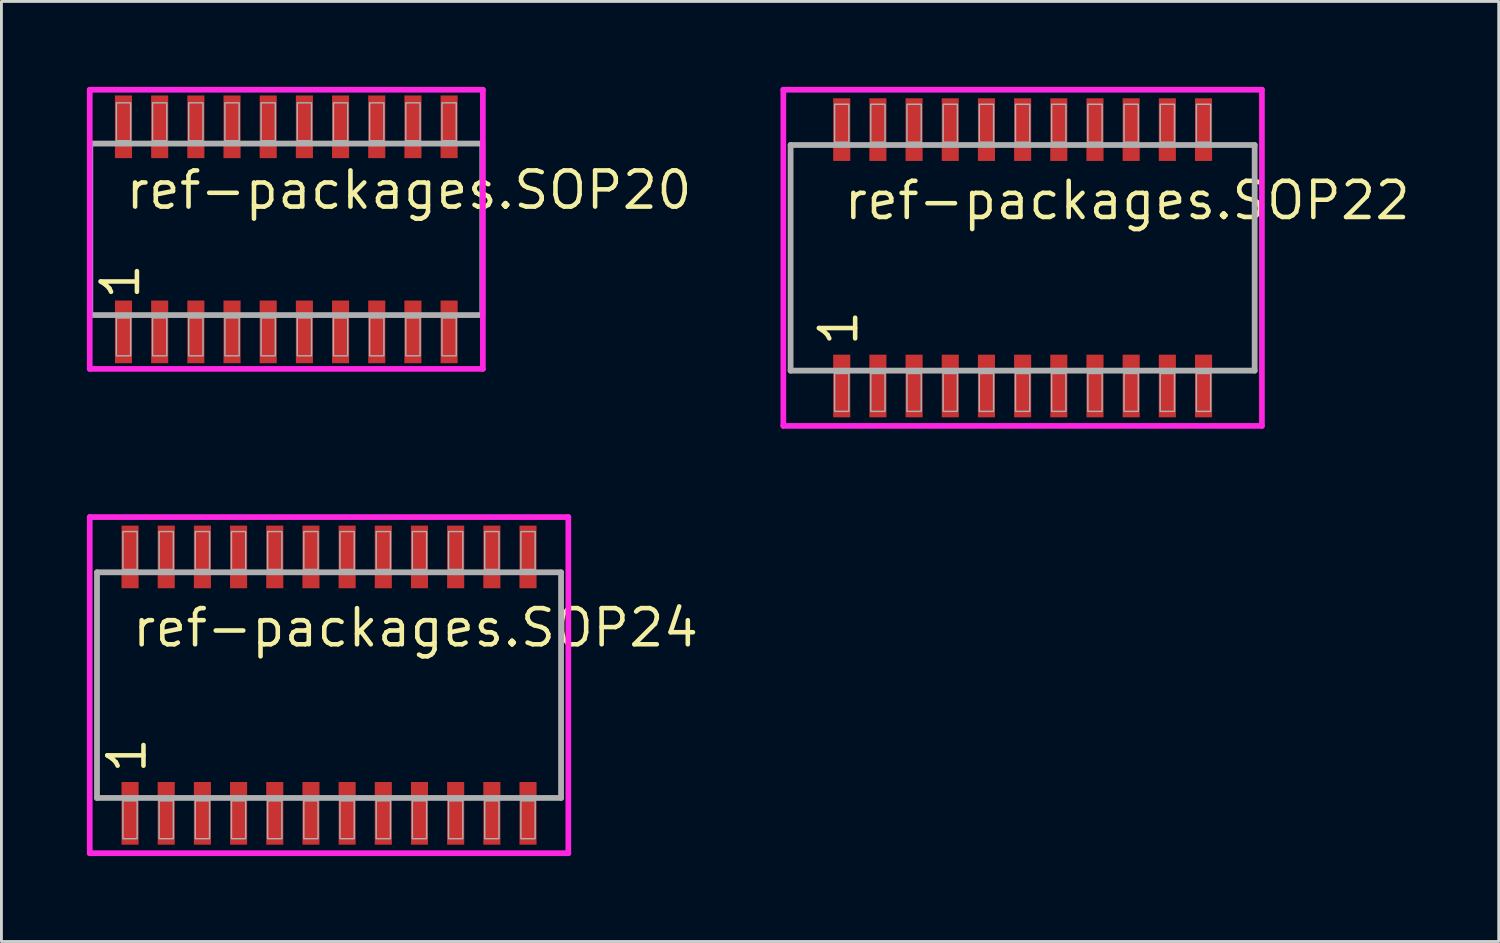
<source format=kicad_pcb>
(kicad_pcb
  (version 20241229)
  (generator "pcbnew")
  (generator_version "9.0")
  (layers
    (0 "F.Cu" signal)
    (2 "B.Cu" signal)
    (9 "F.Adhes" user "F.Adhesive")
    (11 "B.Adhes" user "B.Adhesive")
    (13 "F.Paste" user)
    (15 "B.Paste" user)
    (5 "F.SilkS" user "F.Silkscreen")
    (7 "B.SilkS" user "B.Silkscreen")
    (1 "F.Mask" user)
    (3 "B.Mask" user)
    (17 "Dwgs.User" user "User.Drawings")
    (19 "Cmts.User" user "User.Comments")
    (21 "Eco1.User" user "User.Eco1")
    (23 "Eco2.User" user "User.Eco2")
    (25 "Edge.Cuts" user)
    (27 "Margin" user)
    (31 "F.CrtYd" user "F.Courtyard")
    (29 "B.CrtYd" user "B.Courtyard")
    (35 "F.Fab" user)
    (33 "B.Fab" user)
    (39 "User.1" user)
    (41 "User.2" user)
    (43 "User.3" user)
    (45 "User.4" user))
  (footprint "ref-packages.SOP24"
    (layer "F.Cu")
    (at 8.5 21)
    (property "Reference" "ref-packages.SOP24" (at -6.985 -1.27 0) (layer "F.SilkS") (effects (font (size 1.27 1.27) (thickness 0.16)) (justify left bottom)))
    (attr smd)
    (fp_line (start -8.4 -5.9) (end 8.4 -5.9) (stroke (width 0.2) (type default)) (layer "F.CrtYd"))
    (fp_line (start -8.4 5.9) (end -8.4 -5.9) (stroke (width 0.2) (type default)) (layer "F.CrtYd"))
    (fp_line (start 8.4 -5.9) (end 8.4 5.9) (stroke (width 0.2) (type default)) (layer "F.CrtYd"))
    (fp_line (start 8.4 5.9) (end -8.4 5.9) (stroke (width 0.2) (type default)) (layer "F.CrtYd"))
    (fp_line (start -8.145 -3.96) (end 8.145 -3.96) (stroke (width 0.203) (type default)) (layer "F.Fab"))
    (fp_line (start -8.145 3.96) (end -8.145 -3.96) (stroke (width 0.203) (type default)) (layer "F.Fab"))
    (fp_line (start 8.145 -3.96) (end 8.145 3.96) (stroke (width 0.203) (type default)) (layer "F.Fab"))
    (fp_line (start 8.145 3.96) (end -8.145 3.96) (stroke (width 0.203) (type default)) (layer "F.Fab"))
    (fp_rect (start -7.235 -4.06) (end -6.735 -5.39) (stroke (width 0.05) (type default)) (fill no) (layer "F.Fab"))
    (fp_rect (start -7.235 5.39) (end -6.735 4.06) (stroke (width 0.05) (type default)) (fill no) (layer "F.Fab"))
    (fp_rect (start -5.965 -4.06) (end -5.465 -5.39) (stroke (width 0.05) (type default)) (fill no) (layer "F.Fab"))
    (fp_rect (start -5.965 5.39) (end -5.465 4.06) (stroke (width 0.05) (type default)) (fill no) (layer "F.Fab"))
    (fp_rect (start -4.695 -4.06) (end -4.195 -5.39) (stroke (width 0.05) (type default)) (fill no) (layer "F.Fab"))
    (fp_rect (start -4.695 5.39) (end -4.195 4.06) (stroke (width 0.05) (type default)) (fill no) (layer "F.Fab"))
    (fp_rect (start -3.425 -4.06) (end -2.925 -5.39) (stroke (width 0.05) (type default)) (fill no) (layer "F.Fab"))
    (fp_rect (start -3.425 5.39) (end -2.925 4.06) (stroke (width 0.05) (type default)) (fill no) (layer "F.Fab"))
    (fp_rect (start -2.155 -4.06) (end -1.655 -5.39) (stroke (width 0.05) (type default)) (fill no) (layer "F.Fab"))
    (fp_rect (start -2.155 5.39) (end -1.655 4.06) (stroke (width 0.05) (type default)) (fill no) (layer "F.Fab"))
    (fp_rect (start -0.885 -4.06) (end -0.385 -5.39) (stroke (width 0.05) (type default)) (fill no) (layer "F.Fab"))
    (fp_rect (start -0.885 5.39) (end -0.385 4.06) (stroke (width 0.05) (type default)) (fill no) (layer "F.Fab"))
    (fp_rect (start 0.385 -4.06) (end 0.885 -5.39) (stroke (width 0.05) (type default)) (fill no) (layer "F.Fab"))
    (fp_rect (start 0.385 5.39) (end 0.885 4.06) (stroke (width 0.05) (type default)) (fill no) (layer "F.Fab"))
    (fp_rect (start 1.655 -4.06) (end 2.155 -5.39) (stroke (width 0.05) (type default)) (fill no) (layer "F.Fab"))
    (fp_rect (start 1.655 5.39) (end 2.155 4.06) (stroke (width 0.05) (type default)) (fill no) (layer "F.Fab"))
    (fp_rect (start 2.925 -4.06) (end 3.425 -5.39) (stroke (width 0.05) (type default)) (fill no) (layer "F.Fab"))
    (fp_rect (start 2.925 5.39) (end 3.425 4.06) (stroke (width 0.05) (type default)) (fill no) (layer "F.Fab"))
    (fp_rect (start 4.195 -4.06) (end 4.695 -5.39) (stroke (width 0.05) (type default)) (fill no) (layer "F.Fab"))
    (fp_rect (start 4.195 5.39) (end 4.695 4.06) (stroke (width 0.05) (type default)) (fill no) (layer "F.Fab"))
    (fp_rect (start 5.465 -4.06) (end 5.965 -5.39) (stroke (width 0.05) (type default)) (fill no) (layer "F.Fab"))
    (fp_rect (start 5.465 5.39) (end 5.965 4.06) (stroke (width 0.05) (type default)) (fill no) (layer "F.Fab"))
    (fp_rect (start 6.735 -4.06) (end 7.235 -5.39) (stroke (width 0.05) (type default)) (fill no) (layer "F.Fab"))
    (fp_rect (start 6.735 5.39) (end 7.235 4.06) (stroke (width 0.05) (type default)) (fill no) (layer "F.Fab"))
    (fp_text user "1" (at -6.35 3.175 90) (layer "F.SilkS") (effects (font (size 1.27 1.27) (thickness 0.16)) (justify left bottom)))
    (pad "1" smd roundrect (at -6.985 4.5) (size 0.6 2.2) (layers "F.Cu" "F.Mask" "F.Paste") (roundrect_rratio 0.01))
    (pad "2" smd roundrect (at -5.715 4.5) (size 0.6 2.2) (layers "F.Cu" "F.Mask" "F.Paste") (roundrect_rratio 0.01))
    (pad "3" smd roundrect (at -4.445 4.5) (size 0.6 2.2) (layers "F.Cu" "F.Mask" "F.Paste") (roundrect_rratio 0.01))
    (pad "4" smd roundrect (at -3.175 4.5) (size 0.6 2.2) (layers "F.Cu" "F.Mask" "F.Paste") (roundrect_rratio 0.01))
    (pad "5" smd roundrect (at -1.905 4.5) (size 0.6 2.2) (layers "F.Cu" "F.Mask" "F.Paste") (roundrect_rratio 0.01))
    (pad "6" smd roundrect (at -0.635 4.5) (size 0.6 2.2) (layers "F.Cu" "F.Mask" "F.Paste") (roundrect_rratio 0.01))
    (pad "7" smd roundrect (at 0.635 4.5) (size 0.6 2.2) (layers "F.Cu" "F.Mask" "F.Paste") (roundrect_rratio 0.01))
    (pad "8" smd roundrect (at 1.905 4.5) (size 0.6 2.2) (layers "F.Cu" "F.Mask" "F.Paste") (roundrect_rratio 0.01))
    (pad "9" smd roundrect (at 3.175 4.5) (size 0.6 2.2) (layers "F.Cu" "F.Mask" "F.Paste") (roundrect_rratio 0.01))
    (pad "10" smd roundrect (at 4.445 4.5) (size 0.6 2.2) (layers "F.Cu" "F.Mask" "F.Paste") (roundrect_rratio 0.01))
    (pad "11" smd roundrect (at 5.715 4.5) (size 0.6 2.2) (layers "F.Cu" "F.Mask" "F.Paste") (roundrect_rratio 0.01))
    (pad "12" smd roundrect (at 6.985 4.5) (size 0.6 2.2) (layers "F.Cu" "F.Mask" "F.Paste") (roundrect_rratio 0.01))
    (pad "13" smd roundrect (at 6.985 -4.5) (size 0.6 2.2) (layers "F.Cu" "F.Mask" "F.Paste") (roundrect_rratio 0.01))
    (pad "14" smd roundrect (at 5.715 -4.5) (size 0.6 2.2) (layers "F.Cu" "F.Mask" "F.Paste") (roundrect_rratio 0.01))
    (pad "15" smd roundrect (at 4.445 -4.5) (size 0.6 2.2) (layers "F.Cu" "F.Mask" "F.Paste") (roundrect_rratio 0.01))
    (pad "16" smd roundrect (at 3.175 -4.5) (size 0.6 2.2) (layers "F.Cu" "F.Mask" "F.Paste") (roundrect_rratio 0.01))
    (pad "17" smd roundrect (at 1.905 -4.5) (size 0.6 2.2) (layers "F.Cu" "F.Mask" "F.Paste") (roundrect_rratio 0.01))
    (pad "18" smd roundrect (at 0.635 -4.5) (size 0.6 2.2) (layers "F.Cu" "F.Mask" "F.Paste") (roundrect_rratio 0.01))
    (pad "19" smd roundrect (at -0.635 -4.5) (size 0.6 2.2) (layers "F.Cu" "F.Mask" "F.Paste") (roundrect_rratio 0.01))
    (pad "20" smd roundrect (at -1.905 -4.5) (size 0.6 2.2) (layers "F.Cu" "F.Mask" "F.Paste") (roundrect_rratio 0.01))
    (pad "21" smd roundrect (at -3.175 -4.5) (size 0.6 2.2) (layers "F.Cu" "F.Mask" "F.Paste") (roundrect_rratio 0.01))
    (pad "22" smd roundrect (at -4.445 -4.5) (size 0.6 2.2) (layers "F.Cu" "F.Mask" "F.Paste") (roundrect_rratio 0.01))
    (pad "23" smd roundrect (at -5.715 -4.5) (size 0.6 2.2) (layers "F.Cu" "F.Mask" "F.Paste") (roundrect_rratio 0.01))
    (pad "24" smd roundrect (at -6.985 -4.5) (size 0.6 2.2) (layers "F.Cu" "F.Mask" "F.Paste") (roundrect_rratio 0.01)))
  (footprint "ref-packages.SOP20"
    (layer "F.Cu")
    (at 7 5)
    (property "Reference" "ref-packages.SOP20" (at -5.715 -0.635 0) (layer "F.SilkS") (effects (font (size 1.27 1.27) (thickness 0.16)) (justify left bottom)))
    (attr smd)
    (fp_line (start -6.9 -4.9) (end 6.9 -4.9) (stroke (width 0.2) (type default)) (layer "F.CrtYd"))
    (fp_line (start -6.9 4.9) (end -6.9 -4.9) (stroke (width 0.2) (type default)) (layer "F.CrtYd"))
    (fp_line (start 6.9 -4.9) (end 6.9 4.9) (stroke (width 0.2) (type default)) (layer "F.CrtYd"))
    (fp_line (start 6.9 4.9) (end -6.9 4.9) (stroke (width 0.2) (type default)) (layer "F.CrtYd"))
    (fp_line (start -6.88 -3.01) (end 6.88 -3.01) (stroke (width 0.203) (type default)) (layer "F.Fab"))
    (fp_line (start -6.88 3.01) (end -6.88 -3.01) (stroke (width 0.203) (type default)) (layer "F.Fab"))
    (fp_line (start 6.88 -3.01) (end 6.88 3.01) (stroke (width 0.203) (type default)) (layer "F.Fab"))
    (fp_line (start 6.88 3.01) (end -6.88 3.01) (stroke (width 0.203) (type default)) (layer "F.Fab"))
    (fp_rect (start -5.965 -3.11) (end -5.465 -4.44) (stroke (width 0.05) (type default)) (fill no) (layer "F.Fab"))
    (fp_rect (start -5.965 4.44) (end -5.465 3.11) (stroke (width 0.05) (type default)) (fill no) (layer "F.Fab"))
    (fp_rect (start -4.695 -3.11) (end -4.195 -4.44) (stroke (width 0.05) (type default)) (fill no) (layer "F.Fab"))
    (fp_rect (start -4.695 4.44) (end -4.195 3.11) (stroke (width 0.05) (type default)) (fill no) (layer "F.Fab"))
    (fp_rect (start -3.425 -3.11) (end -2.925 -4.44) (stroke (width 0.05) (type default)) (fill no) (layer "F.Fab"))
    (fp_rect (start -3.425 4.44) (end -2.925 3.11) (stroke (width 0.05) (type default)) (fill no) (layer "F.Fab"))
    (fp_rect (start -2.155 -3.11) (end -1.655 -4.44) (stroke (width 0.05) (type default)) (fill no) (layer "F.Fab"))
    (fp_rect (start -2.155 4.44) (end -1.655 3.11) (stroke (width 0.05) (type default)) (fill no) (layer "F.Fab"))
    (fp_rect (start -0.885 -3.11) (end -0.385 -4.44) (stroke (width 0.05) (type default)) (fill no) (layer "F.Fab"))
    (fp_rect (start -0.885 4.44) (end -0.385 3.11) (stroke (width 0.05) (type default)) (fill no) (layer "F.Fab"))
    (fp_rect (start 0.385 -3.11) (end 0.885 -4.44) (stroke (width 0.05) (type default)) (fill no) (layer "F.Fab"))
    (fp_rect (start 0.385 4.44) (end 0.885 3.11) (stroke (width 0.05) (type default)) (fill no) (layer "F.Fab"))
    (fp_rect (start 1.655 -3.11) (end 2.155 -4.44) (stroke (width 0.05) (type default)) (fill no) (layer "F.Fab"))
    (fp_rect (start 1.655 4.44) (end 2.155 3.11) (stroke (width 0.05) (type default)) (fill no) (layer "F.Fab"))
    (fp_rect (start 2.925 -3.11) (end 3.425 -4.44) (stroke (width 0.05) (type default)) (fill no) (layer "F.Fab"))
    (fp_rect (start 2.925 4.44) (end 3.425 3.11) (stroke (width 0.05) (type default)) (fill no) (layer "F.Fab"))
    (fp_rect (start 4.195 -3.11) (end 4.695 -4.44) (stroke (width 0.05) (type default)) (fill no) (layer "F.Fab"))
    (fp_rect (start 4.195 4.44) (end 4.695 3.11) (stroke (width 0.05) (type default)) (fill no) (layer "F.Fab"))
    (fp_rect (start 5.465 -3.11) (end 5.965 -4.44) (stroke (width 0.05) (type default)) (fill no) (layer "F.Fab"))
    (fp_rect (start 5.465 4.44) (end 5.965 3.11) (stroke (width 0.05) (type default)) (fill no) (layer "F.Fab"))
    (fp_text user "1" (at -5.08 2.54 90) (layer "F.SilkS") (effects (font (size 1.27 1.27) (thickness 0.16)) (justify left bottom)))
    (pad "1" smd roundrect (at -5.715 3.6) (size 0.6 2.2) (layers "F.Cu" "F.Mask" "F.Paste") (roundrect_rratio 0.01))
    (pad "2" smd roundrect (at -4.445 3.6) (size 0.6 2.2) (layers "F.Cu" "F.Mask" "F.Paste") (roundrect_rratio 0.01))
    (pad "3" smd roundrect (at -3.175 3.6) (size 0.6 2.2) (layers "F.Cu" "F.Mask" "F.Paste") (roundrect_rratio 0.01))
    (pad "4" smd roundrect (at -1.905 3.6) (size 0.6 2.2) (layers "F.Cu" "F.Mask" "F.Paste") (roundrect_rratio 0.01))
    (pad "5" smd roundrect (at -0.635 3.6) (size 0.6 2.2) (layers "F.Cu" "F.Mask" "F.Paste") (roundrect_rratio 0.01))
    (pad "6" smd roundrect (at 0.635 3.6) (size 0.6 2.2) (layers "F.Cu" "F.Mask" "F.Paste") (roundrect_rratio 0.01))
    (pad "7" smd roundrect (at 1.905 3.6) (size 0.6 2.2) (layers "F.Cu" "F.Mask" "F.Paste") (roundrect_rratio 0.01))
    (pad "8" smd roundrect (at 3.175 3.6) (size 0.6 2.2) (layers "F.Cu" "F.Mask" "F.Paste") (roundrect_rratio 0.01))
    (pad "9" smd roundrect (at 4.445 3.6) (size 0.6 2.2) (layers "F.Cu" "F.Mask" "F.Paste") (roundrect_rratio 0.01))
    (pad "10" smd roundrect (at 5.715 3.6) (size 0.6 2.2) (layers "F.Cu" "F.Mask" "F.Paste") (roundrect_rratio 0.01))
    (pad "11" smd roundrect (at 5.715 -3.6) (size 0.6 2.2) (layers "F.Cu" "F.Mask" "F.Paste") (roundrect_rratio 0.01))
    (pad "12" smd roundrect (at 4.445 -3.6) (size 0.6 2.2) (layers "F.Cu" "F.Mask" "F.Paste") (roundrect_rratio 0.01))
    (pad "13" smd roundrect (at 3.175 -3.6) (size 0.6 2.2) (layers "F.Cu" "F.Mask" "F.Paste") (roundrect_rratio 0.01))
    (pad "14" smd roundrect (at 1.905 -3.6) (size 0.6 2.2) (layers "F.Cu" "F.Mask" "F.Paste") (roundrect_rratio 0.01))
    (pad "15" smd roundrect (at 0.635 -3.6) (size 0.6 2.2) (layers "F.Cu" "F.Mask" "F.Paste") (roundrect_rratio 0.01))
    (pad "16" smd roundrect (at -0.635 -3.6) (size 0.6 2.2) (layers "F.Cu" "F.Mask" "F.Paste") (roundrect_rratio 0.01))
    (pad "17" smd roundrect (at -1.905 -3.6) (size 0.6 2.2) (layers "F.Cu" "F.Mask" "F.Paste") (roundrect_rratio 0.01))
    (pad "18" smd roundrect (at -3.175 -3.6) (size 0.6 2.2) (layers "F.Cu" "F.Mask" "F.Paste") (roundrect_rratio 0.01))
    (pad "19" smd roundrect (at -4.445 -3.6) (size 0.6 2.2) (layers "F.Cu" "F.Mask" "F.Paste") (roundrect_rratio 0.01))
    (pad "20" smd roundrect (at -5.715 -3.6) (size 0.6 2.2) (layers "F.Cu" "F.Mask" "F.Paste") (roundrect_rratio 0.01)))
  (footprint "ref-packages.SOP22"
    (layer "F.Cu")
    (at 32.847 6)
    (property "Reference" "ref-packages.SOP22" (at -6.35 -1.27 0) (layer "F.SilkS") (effects (font (size 1.27 1.27) (thickness 0.16)) (justify left bottom)))
    (attr smd)
    (fp_line (start -8.4 -5.9) (end 8.4 -5.9) (stroke (width 0.2) (type default)) (layer "F.CrtYd"))
    (fp_line (start -8.4 5.9) (end -8.4 -5.9) (stroke (width 0.2) (type default)) (layer "F.CrtYd"))
    (fp_line (start 8.4 -5.9) (end 8.4 5.9) (stroke (width 0.2) (type default)) (layer "F.CrtYd"))
    (fp_line (start 8.4 5.9) (end -8.4 5.9) (stroke (width 0.2) (type default)) (layer "F.CrtYd"))
    (fp_line (start -8.145 -3.96) (end 8.145 -3.96) (stroke (width 0.203) (type default)) (layer "F.Fab"))
    (fp_line (start -8.145 3.96) (end -8.145 -3.96) (stroke (width 0.203) (type default)) (layer "F.Fab"))
    (fp_line (start 8.145 -3.96) (end 8.145 3.96) (stroke (width 0.203) (type default)) (layer "F.Fab"))
    (fp_line (start 8.145 3.96) (end -8.145 3.96) (stroke (width 0.203) (type default)) (layer "F.Fab"))
    (fp_rect (start -6.6 -4.06) (end -6.1 -5.39) (stroke (width 0.05) (type default)) (fill no) (layer "F.Fab"))
    (fp_rect (start -6.6 5.39) (end -6.1 4.06) (stroke (width 0.05) (type default)) (fill no) (layer "F.Fab"))
    (fp_rect (start -5.33 -4.06) (end -4.83 -5.39) (stroke (width 0.05) (type default)) (fill no) (layer "F.Fab"))
    (fp_rect (start -5.33 5.39) (end -4.83 4.06) (stroke (width 0.05) (type default)) (fill no) (layer "F.Fab"))
    (fp_rect (start -4.06 -4.06) (end -3.56 -5.39) (stroke (width 0.05) (type default)) (fill no) (layer "F.Fab"))
    (fp_rect (start -4.06 5.39) (end -3.56 4.06) (stroke (width 0.05) (type default)) (fill no) (layer "F.Fab"))
    (fp_rect (start -2.79 -4.06) (end -2.29 -5.39) (stroke (width 0.05) (type default)) (fill no) (layer "F.Fab"))
    (fp_rect (start -2.79 5.39) (end -2.29 4.06) (stroke (width 0.05) (type default)) (fill no) (layer "F.Fab"))
    (fp_rect (start -1.52 -4.06) (end -1.02 -5.39) (stroke (width 0.05) (type default)) (fill no) (layer "F.Fab"))
    (fp_rect (start -1.52 5.39) (end -1.02 4.06) (stroke (width 0.05) (type default)) (fill no) (layer "F.Fab"))
    (fp_rect (start -0.25 -4.06) (end 0.25 -5.39) (stroke (width 0.05) (type default)) (fill no) (layer "F.Fab"))
    (fp_rect (start -0.25 5.39) (end 0.25 4.06) (stroke (width 0.05) (type default)) (fill no) (layer "F.Fab"))
    (fp_rect (start 1.02 -4.06) (end 1.52 -5.39) (stroke (width 0.05) (type default)) (fill no) (layer "F.Fab"))
    (fp_rect (start 1.02 5.39) (end 1.52 4.06) (stroke (width 0.05) (type default)) (fill no) (layer "F.Fab"))
    (fp_rect (start 2.29 -4.06) (end 2.79 -5.39) (stroke (width 0.05) (type default)) (fill no) (layer "F.Fab"))
    (fp_rect (start 2.29 5.39) (end 2.79 4.06) (stroke (width 0.05) (type default)) (fill no) (layer "F.Fab"))
    (fp_rect (start 3.56 -4.06) (end 4.06 -5.39) (stroke (width 0.05) (type default)) (fill no) (layer "F.Fab"))
    (fp_rect (start 3.56 5.39) (end 4.06 4.06) (stroke (width 0.05) (type default)) (fill no) (layer "F.Fab"))
    (fp_rect (start 4.83 -4.06) (end 5.33 -5.39) (stroke (width 0.05) (type default)) (fill no) (layer "F.Fab"))
    (fp_rect (start 4.83 5.39) (end 5.33 4.06) (stroke (width 0.05) (type default)) (fill no) (layer "F.Fab"))
    (fp_rect (start 6.1 -4.06) (end 6.6 -5.39) (stroke (width 0.05) (type default)) (fill no) (layer "F.Fab"))
    (fp_rect (start 6.1 5.39) (end 6.6 4.06) (stroke (width 0.05) (type default)) (fill no) (layer "F.Fab"))
    (fp_text user "1" (at -5.715 3.175 90) (layer "F.SilkS") (effects (font (size 1.27 1.27) (thickness 0.16)) (justify left bottom)))
    (pad "1" smd roundrect (at -6.35 4.5) (size 0.6 2.2) (layers "F.Cu" "F.Mask" "F.Paste") (roundrect_rratio 0.01))
    (pad "2" smd roundrect (at -5.08 4.5) (size 0.6 2.2) (layers "F.Cu" "F.Mask" "F.Paste") (roundrect_rratio 0.01))
    (pad "3" smd roundrect (at -3.81 4.5) (size 0.6 2.2) (layers "F.Cu" "F.Mask" "F.Paste") (roundrect_rratio 0.01))
    (pad "4" smd roundrect (at -2.54 4.5) (size 0.6 2.2) (layers "F.Cu" "F.Mask" "F.Paste") (roundrect_rratio 0.01))
    (pad "5" smd roundrect (at -1.27 4.5) (size 0.6 2.2) (layers "F.Cu" "F.Mask" "F.Paste") (roundrect_rratio 0.01))
    (pad "6" smd roundrect (at 0 4.5) (size 0.6 2.2) (layers "F.Cu" "F.Mask" "F.Paste") (roundrect_rratio 0.01))
    (pad "7" smd roundrect (at 1.27 4.5) (size 0.6 2.2) (layers "F.Cu" "F.Mask" "F.Paste") (roundrect_rratio 0.01))
    (pad "8" smd roundrect (at 2.54 4.5) (size 0.6 2.2) (layers "F.Cu" "F.Mask" "F.Paste") (roundrect_rratio 0.01))
    (pad "9" smd roundrect (at 3.81 4.5) (size 0.6 2.2) (layers "F.Cu" "F.Mask" "F.Paste") (roundrect_rratio 0.01))
    (pad "10" smd roundrect (at 5.08 4.5) (size 0.6 2.2) (layers "F.Cu" "F.Mask" "F.Paste") (roundrect_rratio 0.01))
    (pad "11" smd roundrect (at 6.35 4.5) (size 0.6 2.2) (layers "F.Cu" "F.Mask" "F.Paste") (roundrect_rratio 0.01))
    (pad "12" smd roundrect (at 6.35 -4.5) (size 0.6 2.2) (layers "F.Cu" "F.Mask" "F.Paste") (roundrect_rratio 0.01))
    (pad "13" smd roundrect (at 5.08 -4.5) (size 0.6 2.2) (layers "F.Cu" "F.Mask" "F.Paste") (roundrect_rratio 0.01))
    (pad "14" smd roundrect (at 3.81 -4.5) (size 0.6 2.2) (layers "F.Cu" "F.Mask" "F.Paste") (roundrect_rratio 0.01))
    (pad "15" smd roundrect (at 2.54 -4.5) (size 0.6 2.2) (layers "F.Cu" "F.Mask" "F.Paste") (roundrect_rratio 0.01))
    (pad "16" smd roundrect (at 1.27 -4.5) (size 0.6 2.2) (layers "F.Cu" "F.Mask" "F.Paste") (roundrect_rratio 0.01))
    (pad "17" smd roundrect (at 0 -4.5) (size 0.6 2.2) (layers "F.Cu" "F.Mask" "F.Paste") (roundrect_rratio 0.01))
    (pad "18" smd roundrect (at -1.27 -4.5) (size 0.6 2.2) (layers "F.Cu" "F.Mask" "F.Paste") (roundrect_rratio 0.01))
    (pad "19" smd roundrect (at -2.54 -4.5) (size 0.6 2.2) (layers "F.Cu" "F.Mask" "F.Paste") (roundrect_rratio 0.01))
    (pad "20" smd roundrect (at -3.81 -4.5) (size 0.6 2.2) (layers "F.Cu" "F.Mask" "F.Paste") (roundrect_rratio 0.01))
    (pad "21" smd roundrect (at -5.08 -4.5) (size 0.6 2.2) (layers "F.Cu" "F.Mask" "F.Paste") (roundrect_rratio 0.01))
    (pad "22" smd roundrect (at -6.35 -4.5) (size 0.6 2.2) (layers "F.Cu" "F.Mask" "F.Paste") (roundrect_rratio 0.01)))
  (gr_rect
    (start -3 -3)
    (end 49.559 30)
    (stroke (width 0.1) (type default))
    (fill no)
    (layer "Edge.Cuts")))
</source>
